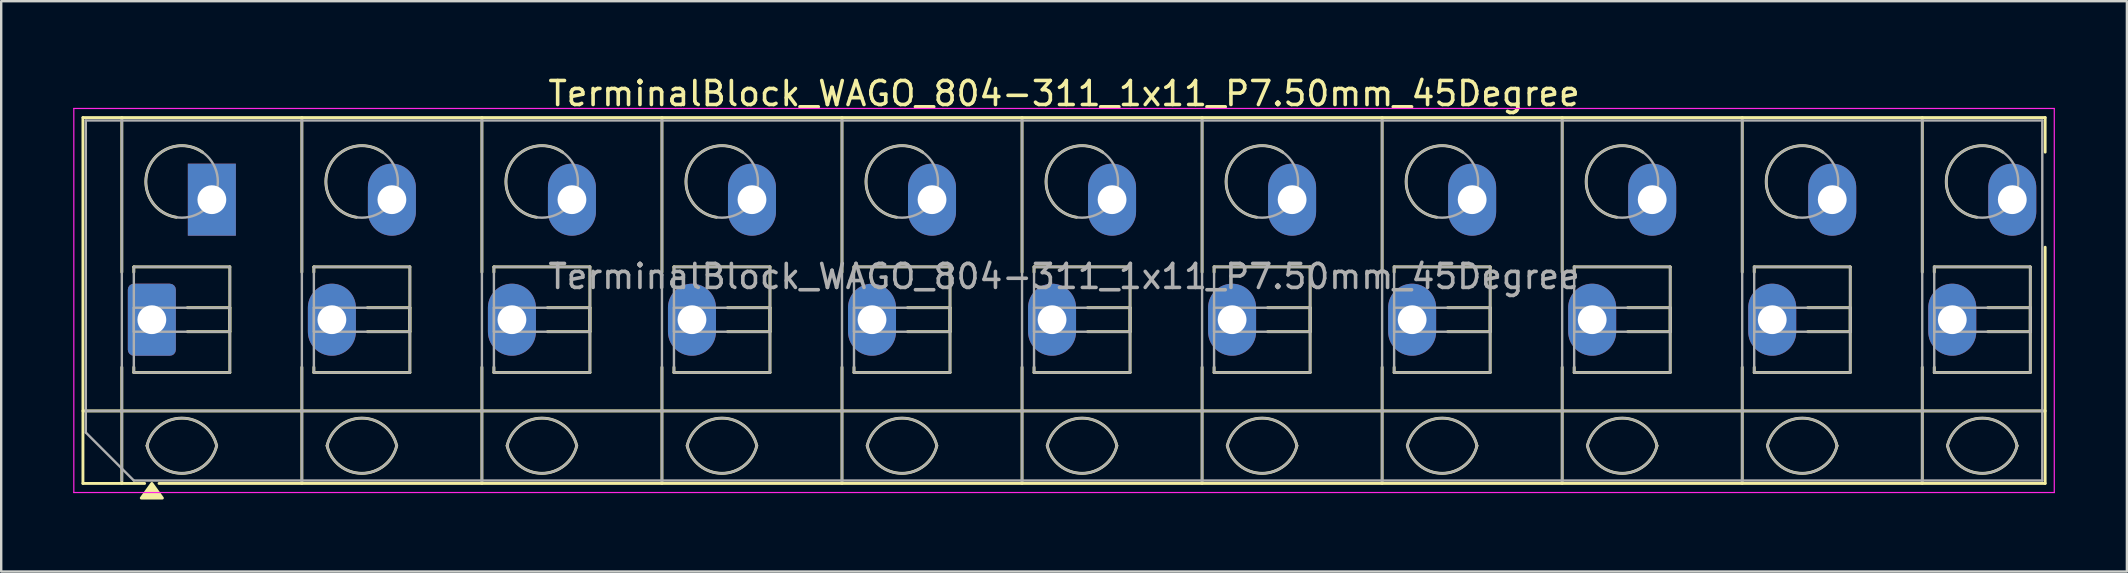
<source format=kicad_pcb>
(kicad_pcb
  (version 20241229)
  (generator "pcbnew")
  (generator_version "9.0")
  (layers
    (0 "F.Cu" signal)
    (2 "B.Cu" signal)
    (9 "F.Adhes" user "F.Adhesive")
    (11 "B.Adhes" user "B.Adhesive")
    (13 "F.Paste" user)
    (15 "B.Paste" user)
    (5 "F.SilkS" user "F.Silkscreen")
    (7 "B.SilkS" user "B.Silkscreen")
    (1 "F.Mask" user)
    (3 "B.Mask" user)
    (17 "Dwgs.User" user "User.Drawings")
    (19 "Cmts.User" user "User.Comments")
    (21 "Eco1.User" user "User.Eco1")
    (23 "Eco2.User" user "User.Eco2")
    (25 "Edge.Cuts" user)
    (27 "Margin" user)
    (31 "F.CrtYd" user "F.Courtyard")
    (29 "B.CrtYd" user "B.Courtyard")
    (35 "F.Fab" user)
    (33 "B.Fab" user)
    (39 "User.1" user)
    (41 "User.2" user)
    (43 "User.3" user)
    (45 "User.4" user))
  (footprint "TerminalBlock_WAGO_804-311_1x11_P7.50mm_45Degree"
    (layer "F.Cu")
    (at 3.275 10.268)
    (property "Reference" "TerminalBlock_WAGO_804-311_1x11_P7.50mm_45Degree" (at 38 -9.42 0) (layer "F.SilkS") (effects (font (size 1 1) (thickness 0.15))))
    (attr through_hole)
    (fp_line (start -2.87 -8.42) (end -2.87 6.82) (stroke (width 0.12) (type solid)) (layer "F.SilkS"))
    (fp_line (start -2.87 -8.42) (end 78.87 -8.42) (stroke (width 0.12) (type solid)) (layer "F.SilkS"))
    (fp_line (start -2.87 3.8) (end 78.87 3.8) (stroke (width 0.12) (type solid)) (layer "F.SilkS"))
    (fp_line (start -2.87 6.82) (end -0.3 6.82) (stroke (width 0.12) (type solid)) (layer "F.SilkS"))
    (fp_line (start -1.25 -8.42) (end -1.25 -1.98) (stroke (width 0.12) (type solid)) (layer "F.SilkS"))
    (fp_line (start -1.25 1.98) (end -1.25 6.82) (stroke (width 0.12) (type solid)) (layer "F.SilkS"))
    (fp_line (start -0.75 -2.2) (end -0.75 -1.98) (stroke (width 0.12) (type solid)) (layer "F.SilkS"))
    (fp_line (start -0.75 -2.2) (end 3.25 -2.2) (stroke (width 0.12) (type solid)) (layer "F.SilkS"))
    (fp_line (start -0.75 1.98) (end -0.75 2.2) (stroke (width 0.12) (type solid)) (layer "F.SilkS"))
    (fp_line (start -0.75 2.2) (end 3.25 2.2) (stroke (width 0.12) (type solid)) (layer "F.SilkS"))
    (fp_line (start 0.3 6.82) (end 78.87 6.82) (stroke (width 0.12) (type solid)) (layer "F.SilkS"))
    (fp_line (start 1.48 -0.5) (end 3.25 -0.5) (stroke (width 0.12) (type solid)) (layer "F.SilkS"))
    (fp_line (start 1.48 0.5) (end 3.25 0.5) (stroke (width 0.12) (type solid)) (layer "F.SilkS"))
    (fp_line (start 3.25 -2.2) (end 3.25 2.2) (stroke (width 0.12) (type solid)) (layer "F.SilkS"))
    (fp_line (start 3.25 -0.5) (end 3.25 0.5) (stroke (width 0.12) (type solid)) (layer "F.SilkS"))
    (fp_line (start 6.25 -8.42) (end 6.25 -1.98) (stroke (width 0.12) (type solid)) (layer "F.SilkS"))
    (fp_line (start 6.25 1.98) (end 6.25 6.82) (stroke (width 0.12) (type solid)) (layer "F.SilkS"))
    (fp_line (start 6.75 -2.2) (end 6.75 -1.98) (stroke (width 0.12) (type solid)) (layer "F.SilkS"))
    (fp_line (start 6.75 -2.2) (end 10.75 -2.2) (stroke (width 0.12) (type solid)) (layer "F.SilkS"))
    (fp_line (start 6.75 1.98) (end 6.75 2.2) (stroke (width 0.12) (type solid)) (layer "F.SilkS"))
    (fp_line (start 6.75 2.2) (end 10.75 2.2) (stroke (width 0.12) (type solid)) (layer "F.SilkS"))
    (fp_line (start 8.98 -0.5) (end 10.75 -0.5) (stroke (width 0.12) (type solid)) (layer "F.SilkS"))
    (fp_line (start 8.98 0.5) (end 10.75 0.5) (stroke (width 0.12) (type solid)) (layer "F.SilkS"))
    (fp_line (start 10.75 -2.2) (end 10.75 2.2) (stroke (width 0.12) (type solid)) (layer "F.SilkS"))
    (fp_line (start 10.75 -0.5) (end 10.75 0.5) (stroke (width 0.12) (type solid)) (layer "F.SilkS"))
    (fp_line (start 13.75 -8.42) (end 13.75 -1.98) (stroke (width 0.12) (type solid)) (layer "F.SilkS"))
    (fp_line (start 13.75 1.98) (end 13.75 6.82) (stroke (width 0.12) (type solid)) (layer "F.SilkS"))
    (fp_line (start 14.25 -2.2) (end 14.25 -1.98) (stroke (width 0.12) (type solid)) (layer "F.SilkS"))
    (fp_line (start 14.25 -2.2) (end 18.25 -2.2) (stroke (width 0.12) (type solid)) (layer "F.SilkS"))
    (fp_line (start 14.25 1.98) (end 14.25 2.2) (stroke (width 0.12) (type solid)) (layer "F.SilkS"))
    (fp_line (start 14.25 2.2) (end 18.25 2.2) (stroke (width 0.12) (type solid)) (layer "F.SilkS"))
    (fp_line (start 16.48 -0.5) (end 18.25 -0.5) (stroke (width 0.12) (type solid)) (layer "F.SilkS"))
    (fp_line (start 16.48 0.5) (end 18.25 0.5) (stroke (width 0.12) (type solid)) (layer "F.SilkS"))
    (fp_line (start 18.25 -2.2) (end 18.25 2.2) (stroke (width 0.12) (type solid)) (layer "F.SilkS"))
    (fp_line (start 18.25 -0.5) (end 18.25 0.5) (stroke (width 0.12) (type solid)) (layer "F.SilkS"))
    (fp_line (start 21.25 -8.42) (end 21.25 -1.98) (stroke (width 0.12) (type solid)) (layer "F.SilkS"))
    (fp_line (start 21.25 1.98) (end 21.25 6.82) (stroke (width 0.12) (type solid)) (layer "F.SilkS"))
    (fp_line (start 21.75 -2.2) (end 21.75 -1.98) (stroke (width 0.12) (type solid)) (layer "F.SilkS"))
    (fp_line (start 21.75 -2.2) (end 25.75 -2.2) (stroke (width 0.12) (type solid)) (layer "F.SilkS"))
    (fp_line (start 21.75 1.98) (end 21.75 2.2) (stroke (width 0.12) (type solid)) (layer "F.SilkS"))
    (fp_line (start 21.75 2.2) (end 25.75 2.2) (stroke (width 0.12) (type solid)) (layer "F.SilkS"))
    (fp_line (start 23.98 -0.5) (end 25.75 -0.5) (stroke (width 0.12) (type solid)) (layer "F.SilkS"))
    (fp_line (start 23.98 0.5) (end 25.75 0.5) (stroke (width 0.12) (type solid)) (layer "F.SilkS"))
    (fp_line (start 25.75 -2.2) (end 25.75 2.2) (stroke (width 0.12) (type solid)) (layer "F.SilkS"))
    (fp_line (start 25.75 -0.5) (end 25.75 0.5) (stroke (width 0.12) (type solid)) (layer "F.SilkS"))
    (fp_line (start 28.75 -8.42) (end 28.75 -1.98) (stroke (width 0.12) (type solid)) (layer "F.SilkS"))
    (fp_line (start 28.75 1.98) (end 28.75 6.82) (stroke (width 0.12) (type solid)) (layer "F.SilkS"))
    (fp_line (start 29.25 -2.2) (end 29.25 -1.98) (stroke (width 0.12) (type solid)) (layer "F.SilkS"))
    (fp_line (start 29.25 -2.2) (end 33.25 -2.2) (stroke (width 0.12) (type solid)) (layer "F.SilkS"))
    (fp_line (start 29.25 1.98) (end 29.25 2.2) (stroke (width 0.12) (type solid)) (layer "F.SilkS"))
    (fp_line (start 29.25 2.2) (end 33.25 2.2) (stroke (width 0.12) (type solid)) (layer "F.SilkS"))
    (fp_line (start 31.48 -0.5) (end 33.25 -0.5) (stroke (width 0.12) (type solid)) (layer "F.SilkS"))
    (fp_line (start 31.48 0.5) (end 33.25 0.5) (stroke (width 0.12) (type solid)) (layer "F.SilkS"))
    (fp_line (start 33.25 -2.2) (end 33.25 2.2) (stroke (width 0.12) (type solid)) (layer "F.SilkS"))
    (fp_line (start 33.25 -0.5) (end 33.25 0.5) (stroke (width 0.12) (type solid)) (layer "F.SilkS"))
    (fp_line (start 36.25 -8.42) (end 36.25 -1.98) (stroke (width 0.12) (type solid)) (layer "F.SilkS"))
    (fp_line (start 36.25 1.98) (end 36.25 6.82) (stroke (width 0.12) (type solid)) (layer "F.SilkS"))
    (fp_line (start 36.75 -2.2) (end 36.75 -1.98) (stroke (width 0.12) (type solid)) (layer "F.SilkS"))
    (fp_line (start 36.75 -2.2) (end 40.75 -2.2) (stroke (width 0.12) (type solid)) (layer "F.SilkS"))
    (fp_line (start 36.75 1.98) (end 36.75 2.2) (stroke (width 0.12) (type solid)) (layer "F.SilkS"))
    (fp_line (start 36.75 2.2) (end 40.75 2.2) (stroke (width 0.12) (type solid)) (layer "F.SilkS"))
    (fp_line (start 38.98 -0.5) (end 40.75 -0.5) (stroke (width 0.12) (type solid)) (layer "F.SilkS"))
    (fp_line (start 38.98 0.5) (end 40.75 0.5) (stroke (width 0.12) (type solid)) (layer "F.SilkS"))
    (fp_line (start 40.75 -2.2) (end 40.75 2.2) (stroke (width 0.12) (type solid)) (layer "F.SilkS"))
    (fp_line (start 40.75 -0.5) (end 40.75 0.5) (stroke (width 0.12) (type solid)) (layer "F.SilkS"))
    (fp_line (start 43.75 -8.42) (end 43.75 -1.98) (stroke (width 0.12) (type solid)) (layer "F.SilkS"))
    (fp_line (start 43.75 1.98) (end 43.75 6.82) (stroke (width 0.12) (type solid)) (layer "F.SilkS"))
    (fp_line (start 44.25 -2.2) (end 44.25 -1.98) (stroke (width 0.12) (type solid)) (layer "F.SilkS"))
    (fp_line (start 44.25 -2.2) (end 48.25 -2.2) (stroke (width 0.12) (type solid)) (layer "F.SilkS"))
    (fp_line (start 44.25 1.98) (end 44.25 2.2) (stroke (width 0.12) (type solid)) (layer "F.SilkS"))
    (fp_line (start 44.25 2.2) (end 48.25 2.2) (stroke (width 0.12) (type solid)) (layer "F.SilkS"))
    (fp_line (start 46.48 -0.5) (end 48.25 -0.5) (stroke (width 0.12) (type solid)) (layer "F.SilkS"))
    (fp_line (start 46.48 0.5) (end 48.25 0.5) (stroke (width 0.12) (type solid)) (layer "F.SilkS"))
    (fp_line (start 48.25 -2.2) (end 48.25 2.2) (stroke (width 0.12) (type solid)) (layer "F.SilkS"))
    (fp_line (start 48.25 -0.5) (end 48.25 0.5) (stroke (width 0.12) (type solid)) (layer "F.SilkS"))
    (fp_line (start 51.25 -8.42) (end 51.25 -1.98) (stroke (width 0.12) (type solid)) (layer "F.SilkS"))
    (fp_line (start 51.25 1.98) (end 51.25 6.82) (stroke (width 0.12) (type solid)) (layer "F.SilkS"))
    (fp_line (start 51.75 -2.2) (end 51.75 -1.98) (stroke (width 0.12) (type solid)) (layer "F.SilkS"))
    (fp_line (start 51.75 -2.2) (end 55.75 -2.2) (stroke (width 0.12) (type solid)) (layer "F.SilkS"))
    (fp_line (start 51.75 1.98) (end 51.75 2.2) (stroke (width 0.12) (type solid)) (layer "F.SilkS"))
    (fp_line (start 51.75 2.2) (end 55.75 2.2) (stroke (width 0.12) (type solid)) (layer "F.SilkS"))
    (fp_line (start 53.98 -0.5) (end 55.75 -0.5) (stroke (width 0.12) (type solid)) (layer "F.SilkS"))
    (fp_line (start 53.98 0.5) (end 55.75 0.5) (stroke (width 0.12) (type solid)) (layer "F.SilkS"))
    (fp_line (start 55.75 -2.2) (end 55.75 2.2) (stroke (width 0.12) (type solid)) (layer "F.SilkS"))
    (fp_line (start 55.75 -0.5) (end 55.75 0.5) (stroke (width 0.12) (type solid)) (layer "F.SilkS"))
    (fp_line (start 58.75 -8.42) (end 58.75 -1.98) (stroke (width 0.12) (type solid)) (layer "F.SilkS"))
    (fp_line (start 58.75 1.98) (end 58.75 6.82) (stroke (width 0.12) (type solid)) (layer "F.SilkS"))
    (fp_line (start 59.25 -2.2) (end 59.25 -1.98) (stroke (width 0.12) (type solid)) (layer "F.SilkS"))
    (fp_line (start 59.25 -2.2) (end 63.25 -2.2) (stroke (width 0.12) (type solid)) (layer "F.SilkS"))
    (fp_line (start 59.25 1.98) (end 59.25 2.2) (stroke (width 0.12) (type solid)) (layer "F.SilkS"))
    (fp_line (start 59.25 2.2) (end 63.25 2.2) (stroke (width 0.12) (type solid)) (layer "F.SilkS"))
    (fp_line (start 61.48 -0.5) (end 63.25 -0.5) (stroke (width 0.12) (type solid)) (layer "F.SilkS"))
    (fp_line (start 61.48 0.5) (end 63.25 0.5) (stroke (width 0.12) (type solid)) (layer "F.SilkS"))
    (fp_line (start 63.25 -2.2) (end 63.25 2.2) (stroke (width 0.12) (type solid)) (layer "F.SilkS"))
    (fp_line (start 63.25 -0.5) (end 63.25 0.5) (stroke (width 0.12) (type solid)) (layer "F.SilkS"))
    (fp_line (start 66.25 -8.42) (end 66.25 -1.98) (stroke (width 0.12) (type solid)) (layer "F.SilkS"))
    (fp_line (start 66.25 1.98) (end 66.25 6.82) (stroke (width 0.12) (type solid)) (layer "F.SilkS"))
    (fp_line (start 66.75 -2.2) (end 66.75 -1.98) (stroke (width 0.12) (type solid)) (layer "F.SilkS"))
    (fp_line (start 66.75 -2.2) (end 70.75 -2.2) (stroke (width 0.12) (type solid)) (layer "F.SilkS"))
    (fp_line (start 66.75 1.98) (end 66.75 2.2) (stroke (width 0.12) (type solid)) (layer "F.SilkS"))
    (fp_line (start 66.75 2.2) (end 70.75 2.2) (stroke (width 0.12) (type solid)) (layer "F.SilkS"))
    (fp_line (start 68.98 -0.5) (end 70.75 -0.5) (stroke (width 0.12) (type solid)) (layer "F.SilkS"))
    (fp_line (start 68.98 0.5) (end 70.75 0.5) (stroke (width 0.12) (type solid)) (layer "F.SilkS"))
    (fp_line (start 70.75 -2.2) (end 70.75 2.2) (stroke (width 0.12) (type solid)) (layer "F.SilkS"))
    (fp_line (start 70.75 -0.5) (end 70.75 0.5) (stroke (width 0.12) (type solid)) (layer "F.SilkS"))
    (fp_line (start 73.75 -8.42) (end 73.75 -1.98) (stroke (width 0.12) (type solid)) (layer "F.SilkS"))
    (fp_line (start 73.75 1.98) (end 73.75 6.82) (stroke (width 0.12) (type solid)) (layer "F.SilkS"))
    (fp_line (start 74.25 -2.2) (end 74.25 -1.98) (stroke (width 0.12) (type solid)) (layer "F.SilkS"))
    (fp_line (start 74.25 -2.2) (end 78.25 -2.2) (stroke (width 0.12) (type solid)) (layer "F.SilkS"))
    (fp_line (start 74.25 1.98) (end 74.25 2.2) (stroke (width 0.12) (type solid)) (layer "F.SilkS"))
    (fp_line (start 74.25 2.2) (end 78.25 2.2) (stroke (width 0.12) (type solid)) (layer "F.SilkS"))
    (fp_line (start 76.48 -0.5) (end 78.25 -0.5) (stroke (width 0.12) (type solid)) (layer "F.SilkS"))
    (fp_line (start 76.48 0.5) (end 78.25 0.5) (stroke (width 0.12) (type solid)) (layer "F.SilkS"))
    (fp_line (start 78.25 -2.2) (end 78.25 2.2) (stroke (width 0.12) (type solid)) (layer "F.SilkS"))
    (fp_line (start 78.25 -0.5) (end 78.25 0.5) (stroke (width 0.12) (type solid)) (layer "F.SilkS"))
    (fp_line (start 78.87 -8.42) (end 78.87 -6.98) (stroke (width 0.12) (type solid)) (layer "F.SilkS"))
    (fp_line (start 78.87 -3.02) (end 78.87 6.82) (stroke (width 0.12) (type solid)) (layer "F.SilkS"))
    (fp_arc (start -0.199969 5.249867) (mid 1.250068 4.099899) (end 2.7 5.25) (stroke (width 0.12) (type solid)) (layer "F.SilkS"))
    (fp_arc (start 1.02 -4.268) (mid -0.141815 -6.308637) (end 2.10843 -6.979765) (stroke (width 0.12) (type solid)) (layer "F.SilkS"))
    (fp_arc (start 2.7 5.25) (mid 1.250068 6.400101) (end -0.199969 5.250133) (stroke (width 0.12) (type solid)) (layer "F.SilkS"))
    (fp_arc (start 7.300031 5.249867) (mid 8.750068 4.099899) (end 10.2 5.25) (stroke (width 0.12) (type solid)) (layer "F.SilkS"))
    (fp_arc (start 8.52 -4.268) (mid 7.358185 -6.308637) (end 9.60843 -6.979765) (stroke (width 0.12) (type solid)) (layer "F.SilkS"))
    (fp_arc (start 10.2 5.25) (mid 8.750068 6.400101) (end 7.300031 5.250133) (stroke (width 0.12) (type solid)) (layer "F.SilkS"))
    (fp_arc (start 14.800031 5.249867) (mid 16.250068 4.099899) (end 17.7 5.25) (stroke (width 0.12) (type solid)) (layer "F.SilkS"))
    (fp_arc (start 16.02 -4.268) (mid 14.858185 -6.308637) (end 17.10843 -6.979765) (stroke (width 0.12) (type solid)) (layer "F.SilkS"))
    (fp_arc (start 17.7 5.25) (mid 16.250068 6.400101) (end 14.800031 5.250133) (stroke (width 0.12) (type solid)) (layer "F.SilkS"))
    (fp_arc (start 22.300031 5.249867) (mid 23.750068 4.099899) (end 25.2 5.25) (stroke (width 0.12) (type solid)) (layer "F.SilkS"))
    (fp_arc (start 23.52 -4.268) (mid 22.358185 -6.308637) (end 24.60843 -6.979765) (stroke (width 0.12) (type solid)) (layer "F.SilkS"))
    (fp_arc (start 25.2 5.25) (mid 23.750068 6.400101) (end 22.300031 5.250133) (stroke (width 0.12) (type solid)) (layer "F.SilkS"))
    (fp_arc (start 29.800031 5.249867) (mid 31.250068 4.099899) (end 32.7 5.25) (stroke (width 0.12) (type solid)) (layer "F.SilkS"))
    (fp_arc (start 31.02 -4.268) (mid 29.858185 -6.308637) (end 32.10843 -6.979765) (stroke (width 0.12) (type solid)) (layer "F.SilkS"))
    (fp_arc (start 32.7 5.25) (mid 31.250068 6.400101) (end 29.800031 5.250133) (stroke (width 0.12) (type solid)) (layer "F.SilkS"))
    (fp_arc (start 37.300031 5.249867) (mid 38.750068 4.099899) (end 40.2 5.25) (stroke (width 0.12) (type solid)) (layer "F.SilkS"))
    (fp_arc (start 38.52 -4.268) (mid 37.358185 -6.308637) (end 39.60843 -6.979765) (stroke (width 0.12) (type solid)) (layer "F.SilkS"))
    (fp_arc (start 40.2 5.25) (mid 38.750068 6.400101) (end 37.300031 5.250133) (stroke (width 0.12) (type solid)) (layer "F.SilkS"))
    (fp_arc (start 44.800031 5.249867) (mid 46.250068 4.099899) (end 47.7 5.25) (stroke (width 0.12) (type solid)) (layer "F.SilkS"))
    (fp_arc (start 46.02 -4.268) (mid 44.858185 -6.308637) (end 47.10843 -6.979765) (stroke (width 0.12) (type solid)) (layer "F.SilkS"))
    (fp_arc (start 47.7 5.25) (mid 46.250068 6.400101) (end 44.800031 5.250133) (stroke (width 0.12) (type solid)) (layer "F.SilkS"))
    (fp_arc (start 52.300031 5.249867) (mid 53.750068 4.099899) (end 55.2 5.25) (stroke (width 0.12) (type solid)) (layer "F.SilkS"))
    (fp_arc (start 53.52 -4.268) (mid 52.358185 -6.308637) (end 54.60843 -6.979765) (stroke (width 0.12) (type solid)) (layer "F.SilkS"))
    (fp_arc (start 55.2 5.25) (mid 53.750068 6.400101) (end 52.300031 5.250133) (stroke (width 0.12) (type solid)) (layer "F.SilkS"))
    (fp_arc (start 59.800031 5.249867) (mid 61.250068 4.099899) (end 62.7 5.25) (stroke (width 0.12) (type solid)) (layer "F.SilkS"))
    (fp_arc (start 61.02 -4.268) (mid 59.858185 -6.308637) (end 62.10843 -6.979765) (stroke (width 0.12) (type solid)) (layer "F.SilkS"))
    (fp_arc (start 62.7 5.25) (mid 61.250068 6.400101) (end 59.800031 5.250133) (stroke (width 0.12) (type solid)) (layer "F.SilkS"))
    (fp_arc (start 67.300031 5.249867) (mid 68.750068 4.099899) (end 70.2 5.25) (stroke (width 0.12) (type solid)) (layer "F.SilkS"))
    (fp_arc (start 68.52 -4.268) (mid 67.358185 -6.308637) (end 69.60843 -6.979765) (stroke (width 0.12) (type solid)) (layer "F.SilkS"))
    (fp_arc (start 70.2 5.25) (mid 68.750068 6.400101) (end 67.300031 5.250133) (stroke (width 0.12) (type solid)) (layer "F.SilkS"))
    (fp_arc (start 74.800031 5.249867) (mid 76.250068 4.099899) (end 77.7 5.25) (stroke (width 0.12) (type solid)) (layer "F.SilkS"))
    (fp_arc (start 76.02 -4.268) (mid 74.858185 -6.308637) (end 77.10843 -6.979765) (stroke (width 0.12) (type solid)) (layer "F.SilkS"))
    (fp_arc (start 77.7 5.25) (mid 76.250068 6.400101) (end 74.800031 5.250133) (stroke (width 0.12) (type solid)) (layer "F.SilkS"))
    (fp_poly (pts (xy 0 6.82) (xy 0.44 7.43) (xy -0.44 7.43)) (stroke (width 0.12) (type solid)) (fill yes) (layer "F.SilkS"))
    (fp_line (start -3.25 -8.8) (end -3.25 7.2) (stroke (width 0.05) (type solid)) (layer "F.CrtYd"))
    (fp_line (start -3.25 7.2) (end 79.25 7.2) (stroke (width 0.05) (type solid)) (layer "F.CrtYd"))
    (fp_line (start 79.25 -8.8) (end -3.25 -8.8) (stroke (width 0.05) (type solid)) (layer "F.CrtYd"))
    (fp_line (start 79.25 7.2) (end 79.25 -8.8) (stroke (width 0.05) (type solid)) (layer "F.CrtYd"))
    (fp_line (start -2.75 -8.3) (end 78.75 -8.3) (stroke (width 0.1) (type solid)) (layer "F.Fab"))
    (fp_line (start -2.75 3.8) (end 78.75 3.8) (stroke (width 0.1) (type solid)) (layer "F.Fab"))
    (fp_line (start -2.75 4.7) (end -2.75 -8.3) (stroke (width 0.1) (type solid)) (layer "F.Fab"))
    (fp_line (start -1.25 -8.3) (end -1.25 6.7) (stroke (width 0.1) (type solid)) (layer "F.Fab"))
    (fp_line (start -0.75 -2.2) (end -0.75 2.2) (stroke (width 0.1) (type solid)) (layer "F.Fab"))
    (fp_line (start -0.75 -0.5) (end -0.75 0.5) (stroke (width 0.1) (type solid)) (layer "F.Fab"))
    (fp_line (start -0.75 0.5) (end 3.25 0.5) (stroke (width 0.1) (type solid)) (layer "F.Fab"))
    (fp_line (start -0.75 2.2) (end 3.25 2.2) (stroke (width 0.1) (type solid)) (layer "F.Fab"))
    (fp_line (start -0.75 6.7) (end -2.75 4.7) (stroke (width 0.1) (type solid)) (layer "F.Fab"))
    (fp_line (start 3.25 -2.2) (end -0.75 -2.2) (stroke (width 0.1) (type solid)) (layer "F.Fab"))
    (fp_line (start 3.25 -0.5) (end -0.75 -0.5) (stroke (width 0.1) (type solid)) (layer "F.Fab"))
    (fp_line (start 3.25 0.5) (end 3.25 -0.5) (stroke (width 0.1) (type solid)) (layer "F.Fab"))
    (fp_line (start 3.25 2.2) (end 3.25 -2.2) (stroke (width 0.1) (type solid)) (layer "F.Fab"))
    (fp_line (start 6.25 -8.3) (end 6.25 6.7) (stroke (width 0.1) (type solid)) (layer "F.Fab"))
    (fp_line (start 6.75 -2.2) (end 6.75 2.2) (stroke (width 0.1) (type solid)) (layer "F.Fab"))
    (fp_line (start 6.75 -0.5) (end 6.75 0.5) (stroke (width 0.1) (type solid)) (layer "F.Fab"))
    (fp_line (start 6.75 0.5) (end 10.75 0.5) (stroke (width 0.1) (type solid)) (layer "F.Fab"))
    (fp_line (start 6.75 2.2) (end 10.75 2.2) (stroke (width 0.1) (type solid)) (layer "F.Fab"))
    (fp_line (start 10.75 -2.2) (end 6.75 -2.2) (stroke (width 0.1) (type solid)) (layer "F.Fab"))
    (fp_line (start 10.75 -0.5) (end 6.75 -0.5) (stroke (width 0.1) (type solid)) (layer "F.Fab"))
    (fp_line (start 10.75 0.5) (end 10.75 -0.5) (stroke (width 0.1) (type solid)) (layer "F.Fab"))
    (fp_line (start 10.75 2.2) (end 10.75 -2.2) (stroke (width 0.1) (type solid)) (layer "F.Fab"))
    (fp_line (start 13.75 -8.3) (end 13.75 6.7) (stroke (width 0.1) (type solid)) (layer "F.Fab"))
    (fp_line (start 14.25 -2.2) (end 14.25 2.2) (stroke (width 0.1) (type solid)) (layer "F.Fab"))
    (fp_line (start 14.25 -0.5) (end 14.25 0.5) (stroke (width 0.1) (type solid)) (layer "F.Fab"))
    (fp_line (start 14.25 0.5) (end 18.25 0.5) (stroke (width 0.1) (type solid)) (layer "F.Fab"))
    (fp_line (start 14.25 2.2) (end 18.25 2.2) (stroke (width 0.1) (type solid)) (layer "F.Fab"))
    (fp_line (start 18.25 -2.2) (end 14.25 -2.2) (stroke (width 0.1) (type solid)) (layer "F.Fab"))
    (fp_line (start 18.25 -0.5) (end 14.25 -0.5) (stroke (width 0.1) (type solid)) (layer "F.Fab"))
    (fp_line (start 18.25 0.5) (end 18.25 -0.5) (stroke (width 0.1) (type solid)) (layer "F.Fab"))
    (fp_line (start 18.25 2.2) (end 18.25 -2.2) (stroke (width 0.1) (type solid)) (layer "F.Fab"))
    (fp_line (start 21.25 -8.3) (end 21.25 6.7) (stroke (width 0.1) (type solid)) (layer "F.Fab"))
    (fp_line (start 21.75 -2.2) (end 21.75 2.2) (stroke (width 0.1) (type solid)) (layer "F.Fab"))
    (fp_line (start 21.75 -0.5) (end 21.75 0.5) (stroke (width 0.1) (type solid)) (layer "F.Fab"))
    (fp_line (start 21.75 0.5) (end 25.75 0.5) (stroke (width 0.1) (type solid)) (layer "F.Fab"))
    (fp_line (start 21.75 2.2) (end 25.75 2.2) (stroke (width 0.1) (type solid)) (layer "F.Fab"))
    (fp_line (start 25.75 -2.2) (end 21.75 -2.2) (stroke (width 0.1) (type solid)) (layer "F.Fab"))
    (fp_line (start 25.75 -0.5) (end 21.75 -0.5) (stroke (width 0.1) (type solid)) (layer "F.Fab"))
    (fp_line (start 25.75 0.5) (end 25.75 -0.5) (stroke (width 0.1) (type solid)) (layer "F.Fab"))
    (fp_line (start 25.75 2.2) (end 25.75 -2.2) (stroke (width 0.1) (type solid)) (layer "F.Fab"))
    (fp_line (start 28.75 -8.3) (end 28.75 6.7) (stroke (width 0.1) (type solid)) (layer "F.Fab"))
    (fp_line (start 29.25 -2.2) (end 29.25 2.2) (stroke (width 0.1) (type solid)) (layer "F.Fab"))
    (fp_line (start 29.25 -0.5) (end 29.25 0.5) (stroke (width 0.1) (type solid)) (layer "F.Fab"))
    (fp_line (start 29.25 0.5) (end 33.25 0.5) (stroke (width 0.1) (type solid)) (layer "F.Fab"))
    (fp_line (start 29.25 2.2) (end 33.25 2.2) (stroke (width 0.1) (type solid)) (layer "F.Fab"))
    (fp_line (start 33.25 -2.2) (end 29.25 -2.2) (stroke (width 0.1) (type solid)) (layer "F.Fab"))
    (fp_line (start 33.25 -0.5) (end 29.25 -0.5) (stroke (width 0.1) (type solid)) (layer "F.Fab"))
    (fp_line (start 33.25 0.5) (end 33.25 -0.5) (stroke (width 0.1) (type solid)) (layer "F.Fab"))
    (fp_line (start 33.25 2.2) (end 33.25 -2.2) (stroke (width 0.1) (type solid)) (layer "F.Fab"))
    (fp_line (start 36.25 -8.3) (end 36.25 6.7) (stroke (width 0.1) (type solid)) (layer "F.Fab"))
    (fp_line (start 36.75 -2.2) (end 36.75 2.2) (stroke (width 0.1) (type solid)) (layer "F.Fab"))
    (fp_line (start 36.75 -0.5) (end 36.75 0.5) (stroke (width 0.1) (type solid)) (layer "F.Fab"))
    (fp_line (start 36.75 0.5) (end 40.75 0.5) (stroke (width 0.1) (type solid)) (layer "F.Fab"))
    (fp_line (start 36.75 2.2) (end 40.75 2.2) (stroke (width 0.1) (type solid)) (layer "F.Fab"))
    (fp_line (start 40.75 -2.2) (end 36.75 -2.2) (stroke (width 0.1) (type solid)) (layer "F.Fab"))
    (fp_line (start 40.75 -0.5) (end 36.75 -0.5) (stroke (width 0.1) (type solid)) (layer "F.Fab"))
    (fp_line (start 40.75 0.5) (end 40.75 -0.5) (stroke (width 0.1) (type solid)) (layer "F.Fab"))
    (fp_line (start 40.75 2.2) (end 40.75 -2.2) (stroke (width 0.1) (type solid)) (layer "F.Fab"))
    (fp_line (start 43.75 -8.3) (end 43.75 6.7) (stroke (width 0.1) (type solid)) (layer "F.Fab"))
    (fp_line (start 44.25 -2.2) (end 44.25 2.2) (stroke (width 0.1) (type solid)) (layer "F.Fab"))
    (fp_line (start 44.25 -0.5) (end 44.25 0.5) (stroke (width 0.1) (type solid)) (layer "F.Fab"))
    (fp_line (start 44.25 0.5) (end 48.25 0.5) (stroke (width 0.1) (type solid)) (layer "F.Fab"))
    (fp_line (start 44.25 2.2) (end 48.25 2.2) (stroke (width 0.1) (type solid)) (layer "F.Fab"))
    (fp_line (start 48.25 -2.2) (end 44.25 -2.2) (stroke (width 0.1) (type solid)) (layer "F.Fab"))
    (fp_line (start 48.25 -0.5) (end 44.25 -0.5) (stroke (width 0.1) (type solid)) (layer "F.Fab"))
    (fp_line (start 48.25 0.5) (end 48.25 -0.5) (stroke (width 0.1) (type solid)) (layer "F.Fab"))
    (fp_line (start 48.25 2.2) (end 48.25 -2.2) (stroke (width 0.1) (type solid)) (layer "F.Fab"))
    (fp_line (start 51.25 -8.3) (end 51.25 6.7) (stroke (width 0.1) (type solid)) (layer "F.Fab"))
    (fp_line (start 51.75 -2.2) (end 51.75 2.2) (stroke (width 0.1) (type solid)) (layer "F.Fab"))
    (fp_line (start 51.75 -0.5) (end 51.75 0.5) (stroke (width 0.1) (type solid)) (layer "F.Fab"))
    (fp_line (start 51.75 0.5) (end 55.75 0.5) (stroke (width 0.1) (type solid)) (layer "F.Fab"))
    (fp_line (start 51.75 2.2) (end 55.75 2.2) (stroke (width 0.1) (type solid)) (layer "F.Fab"))
    (fp_line (start 55.75 -2.2) (end 51.75 -2.2) (stroke (width 0.1) (type solid)) (layer "F.Fab"))
    (fp_line (start 55.75 -0.5) (end 51.75 -0.5) (stroke (width 0.1) (type solid)) (layer "F.Fab"))
    (fp_line (start 55.75 0.5) (end 55.75 -0.5) (stroke (width 0.1) (type solid)) (layer "F.Fab"))
    (fp_line (start 55.75 2.2) (end 55.75 -2.2) (stroke (width 0.1) (type solid)) (layer "F.Fab"))
    (fp_line (start 58.75 -8.3) (end 58.75 6.7) (stroke (width 0.1) (type solid)) (layer "F.Fab"))
    (fp_line (start 59.25 -2.2) (end 59.25 2.2) (stroke (width 0.1) (type solid)) (layer "F.Fab"))
    (fp_line (start 59.25 -0.5) (end 59.25 0.5) (stroke (width 0.1) (type solid)) (layer "F.Fab"))
    (fp_line (start 59.25 0.5) (end 63.25 0.5) (stroke (width 0.1) (type solid)) (layer "F.Fab"))
    (fp_line (start 59.25 2.2) (end 63.25 2.2) (stroke (width 0.1) (type solid)) (layer "F.Fab"))
    (fp_line (start 63.25 -2.2) (end 59.25 -2.2) (stroke (width 0.1) (type solid)) (layer "F.Fab"))
    (fp_line (start 63.25 -0.5) (end 59.25 -0.5) (stroke (width 0.1) (type solid)) (layer "F.Fab"))
    (fp_line (start 63.25 0.5) (end 63.25 -0.5) (stroke (width 0.1) (type solid)) (layer "F.Fab"))
    (fp_line (start 63.25 2.2) (end 63.25 -2.2) (stroke (width 0.1) (type solid)) (layer "F.Fab"))
    (fp_line (start 66.25 -8.3) (end 66.25 6.7) (stroke (width 0.1) (type solid)) (layer "F.Fab"))
    (fp_line (start 66.75 -2.2) (end 66.75 2.2) (stroke (width 0.1) (type solid)) (layer "F.Fab"))
    (fp_line (start 66.75 -0.5) (end 66.75 0.5) (stroke (width 0.1) (type solid)) (layer "F.Fab"))
    (fp_line (start 66.75 0.5) (end 70.75 0.5) (stroke (width 0.1) (type solid)) (layer "F.Fab"))
    (fp_line (start 66.75 2.2) (end 70.75 2.2) (stroke (width 0.1) (type solid)) (layer "F.Fab"))
    (fp_line (start 70.75 -2.2) (end 66.75 -2.2) (stroke (width 0.1) (type solid)) (layer "F.Fab"))
    (fp_line (start 70.75 -0.5) (end 66.75 -0.5) (stroke (width 0.1) (type solid)) (layer "F.Fab"))
    (fp_line (start 70.75 0.5) (end 70.75 -0.5) (stroke (width 0.1) (type solid)) (layer "F.Fab"))
    (fp_line (start 70.75 2.2) (end 70.75 -2.2) (stroke (width 0.1) (type solid)) (layer "F.Fab"))
    (fp_line (start 73.75 -8.3) (end 73.75 6.7) (stroke (width 0.1) (type solid)) (layer "F.Fab"))
    (fp_line (start 74.25 -2.2) (end 74.25 2.2) (stroke (width 0.1) (type solid)) (layer "F.Fab"))
    (fp_line (start 74.25 -0.5) (end 74.25 0.5) (stroke (width 0.1) (type solid)) (layer "F.Fab"))
    (fp_line (start 74.25 0.5) (end 78.25 0.5) (stroke (width 0.1) (type solid)) (layer "F.Fab"))
    (fp_line (start 74.25 2.2) (end 78.25 2.2) (stroke (width 0.1) (type solid)) (layer "F.Fab"))
    (fp_line (start 78.25 -2.2) (end 74.25 -2.2) (stroke (width 0.1) (type solid)) (layer "F.Fab"))
    (fp_line (start 78.25 -0.5) (end 74.25 -0.5) (stroke (width 0.1) (type solid)) (layer "F.Fab"))
    (fp_line (start 78.25 0.5) (end 78.25 -0.5) (stroke (width 0.1) (type solid)) (layer "F.Fab"))
    (fp_line (start 78.25 2.2) (end 78.25 -2.2) (stroke (width 0.1) (type solid)) (layer "F.Fab"))
    (fp_line (start 78.75 -8.3) (end 78.75 6.7) (stroke (width 0.1) (type solid)) (layer "F.Fab"))
    (fp_line (start 78.75 6.7) (end -0.75 6.7) (stroke (width 0.1) (type solid)) (layer "F.Fab"))
    (fp_arc (start -0.200865 5.250424) (mid 1.250296 4.099926) (end 2.701 5.251) (stroke (width 0.1) (type solid)) (layer "F.Fab"))
    (fp_arc (start 2.7 5.25) (mid 1.250068 6.400101) (end -0.199969 5.250133) (stroke (width 0.1) (type solid)) (layer "F.Fab"))
    (fp_arc (start 7.299135 5.250424) (mid 8.750296 4.099926) (end 10.201 5.251) (stroke (width 0.1) (type solid)) (layer "F.Fab"))
    (fp_arc (start 10.2 5.25) (mid 8.750068 6.400101) (end 7.300031 5.250133) (stroke (width 0.1) (type solid)) (layer "F.Fab"))
    (fp_arc (start 14.799135 5.250424) (mid 16.250296 4.099926) (end 17.701 5.251) (stroke (width 0.1) (type solid)) (layer "F.Fab"))
    (fp_arc (start 17.7 5.25) (mid 16.250068 6.400101) (end 14.800031 5.250133) (stroke (width 0.1) (type solid)) (layer "F.Fab"))
    (fp_arc (start 22.299135 5.250424) (mid 23.750296 4.099926) (end 25.201 5.251) (stroke (width 0.1) (type solid)) (layer "F.Fab"))
    (fp_arc (start 25.2 5.25) (mid 23.750068 6.400101) (end 22.300031 5.250133) (stroke (width 0.1) (type solid)) (layer "F.Fab"))
    (fp_arc (start 29.799135 5.250424) (mid 31.250296 4.099926) (end 32.701 5.251) (stroke (width 0.1) (type solid)) (layer "F.Fab"))
    (fp_arc (start 32.701 5.25) (mid 31.250296 6.401074) (end 29.799135 5.250576) (stroke (width 0.1) (type solid)) (layer "F.Fab"))
    (fp_arc (start 37.299135 5.250424) (mid 38.750296 4.099926) (end 40.201 5.251) (stroke (width 0.1) (type solid)) (layer "F.Fab"))
    (fp_arc (start 40.2 5.25) (mid 38.750068 6.400101) (end 37.300031 5.250133) (stroke (width 0.1) (type solid)) (layer "F.Fab"))
    (fp_arc (start 44.799135 5.250424) (mid 46.250296 4.099926) (end 47.701 5.251) (stroke (width 0.1) (type solid)) (layer "F.Fab"))
    (fp_arc (start 47.7 5.25) (mid 46.250068 6.400101) (end 44.800031 5.250133) (stroke (width 0.1) (type solid)) (layer "F.Fab"))
    (fp_arc (start 52.299135 5.250424) (mid 53.750296 4.099926) (end 55.201 5.251) (stroke (width 0.1) (type solid)) (layer "F.Fab"))
    (fp_arc (start 55.2 5.25) (mid 53.750068 6.400101) (end 52.300031 5.250133) (stroke (width 0.1) (type solid)) (layer "F.Fab"))
    (fp_arc (start 59.799135 5.250424) (mid 61.250296 4.099926) (end 62.701 5.251) (stroke (width 0.1) (type solid)) (layer "F.Fab"))
    (fp_arc (start 62.7 5.25) (mid 61.250068 6.400101) (end 59.800031 5.250133) (stroke (width 0.1) (type solid)) (layer "F.Fab"))
    (fp_arc (start 67.299135 5.250424) (mid 68.750296 4.099926) (end 70.201 5.251) (stroke (width 0.1) (type solid)) (layer "F.Fab"))
    (fp_arc (start 70.2 5.25) (mid 68.750068 6.400101) (end 67.300031 5.250133) (stroke (width 0.1) (type solid)) (layer "F.Fab"))
    (fp_arc (start 74.799135 5.250424) (mid 76.250296 4.099926) (end 77.701 5.251) (stroke (width 0.1) (type solid)) (layer "F.Fab"))
    (fp_arc (start 77.7 5.25) (mid 76.250068 6.400101) (end 74.800031 5.250133) (stroke (width 0.1) (type solid)) (layer "F.Fab"))
    (fp_circle (center 1.25 -5.75) (end 2.75 -5.75) (stroke (width 0.1) (type solid)) (fill no) (layer "F.Fab"))
    (fp_circle (center 8.75 -5.75) (end 10.25 -5.75) (stroke (width 0.1) (type solid)) (fill no) (layer "F.Fab"))
    (fp_circle (center 16.25 -5.75) (end 17.75 -5.75) (stroke (width 0.1) (type solid)) (fill no) (layer "F.Fab"))
    (fp_circle (center 23.75 -5.75) (end 25.25 -5.75) (stroke (width 0.1) (type solid)) (fill no) (layer "F.Fab"))
    (fp_circle (center 31.25 -5.75) (end 32.75 -5.75) (stroke (width 0.1) (type solid)) (fill no) (layer "F.Fab"))
    (fp_circle (center 38.75 -5.75) (end 40.25 -5.75) (stroke (width 0.1) (type solid)) (fill no) (layer "F.Fab"))
    (fp_circle (center 46.25 -5.75) (end 47.75 -5.75) (stroke (width 0.1) (type solid)) (fill no) (layer "F.Fab"))
    (fp_circle (center 53.75 -5.75) (end 55.25 -5.75) (stroke (width 0.1) (type solid)) (fill no) (layer "F.Fab"))
    (fp_circle (center 61.25 -5.75) (end 62.75 -5.75) (stroke (width 0.1) (type solid)) (fill no) (layer "F.Fab"))
    (fp_circle (center 68.75 -5.75) (end 70.25 -5.75) (stroke (width 0.1) (type solid)) (fill no) (layer "F.Fab"))
    (fp_circle (center 76.25 -5.75) (end 77.75 -5.75) (stroke (width 0.1) (type solid)) (fill no) (layer "F.Fab"))
    (fp_text user "${REFERENCE}" (at 38 -1.8 0) (layer "F.Fab") (effects (font (size 1 1) (thickness 0.15))))
    (pad "1" thru_hole roundrect (at 0 0) (size 2 3) (drill 1.2) (layers "*.Cu" "*.Mask") (roundrect_rratio 0.125))
    (pad "1" thru_hole rect (at 2.5 -5) (size 2 3) (drill 1.2) (layers "*.Cu" "*.Mask"))
    (pad "2" thru_hole oval (at 7.5 0) (size 2 3) (drill 1.2) (layers "*.Cu" "*.Mask"))
    (pad "2" thru_hole oval (at 10 -5) (size 2 3) (drill 1.2) (layers "*.Cu" "*.Mask"))
    (pad "3" thru_hole oval (at 15 0) (size 2 3) (drill 1.2) (layers "*.Cu" "*.Mask"))
    (pad "3" thru_hole oval (at 17.5 -5) (size 2 3) (drill 1.2) (layers "*.Cu" "*.Mask"))
    (pad "4" thru_hole oval (at 22.5 0) (size 2 3) (drill 1.2) (layers "*.Cu" "*.Mask"))
    (pad "4" thru_hole oval (at 25 -5) (size 2 3) (drill 1.2) (layers "*.Cu" "*.Mask"))
    (pad "5" thru_hole oval (at 30 0) (size 2 3) (drill 1.2) (layers "*.Cu" "*.Mask"))
    (pad "5" thru_hole oval (at 32.5 -5) (size 2 3) (drill 1.2) (layers "*.Cu" "*.Mask"))
    (pad "6" thru_hole oval (at 37.5 0) (size 2 3) (drill 1.2) (layers "*.Cu" "*.Mask"))
    (pad "6" thru_hole oval (at 40 -5) (size 2 3) (drill 1.2) (layers "*.Cu" "*.Mask"))
    (pad "7" thru_hole oval (at 45 0) (size 2 3) (drill 1.2) (layers "*.Cu" "*.Mask"))
    (pad "7" thru_hole oval (at 47.5 -5) (size 2 3) (drill 1.2) (layers "*.Cu" "*.Mask"))
    (pad "8" thru_hole oval (at 52.5 0) (size 2 3) (drill 1.2) (layers "*.Cu" "*.Mask"))
    (pad "8" thru_hole oval (at 55 -5) (size 2 3) (drill 1.2) (layers "*.Cu" "*.Mask"))
    (pad "9" thru_hole oval (at 60 0) (size 2 3) (drill 1.2) (layers "*.Cu" "*.Mask"))
    (pad "9" thru_hole oval (at 62.5 -5) (size 2 3) (drill 1.2) (layers "*.Cu" "*.Mask"))
    (pad "10" thru_hole oval (at 67.5 0) (size 2 3) (drill 1.2) (layers "*.Cu" "*.Mask"))
    (pad "10" thru_hole oval (at 70 -5) (size 2 3) (drill 1.2) (layers "*.Cu" "*.Mask"))
    (pad "11" thru_hole oval (at 75 0) (size 2 3) (drill 1.2) (layers "*.Cu" "*.Mask"))
    (pad "11" thru_hole oval (at 77.5 -5) (size 2 3) (drill 1.2) (layers "*.Cu" "*.Mask")))
  (gr_rect
    (start -3 -3)
    (end 85.55 20.758)
    (stroke (width 0.1) (type default))
    (fill no)
    (layer "Edge.Cuts")))
</source>
